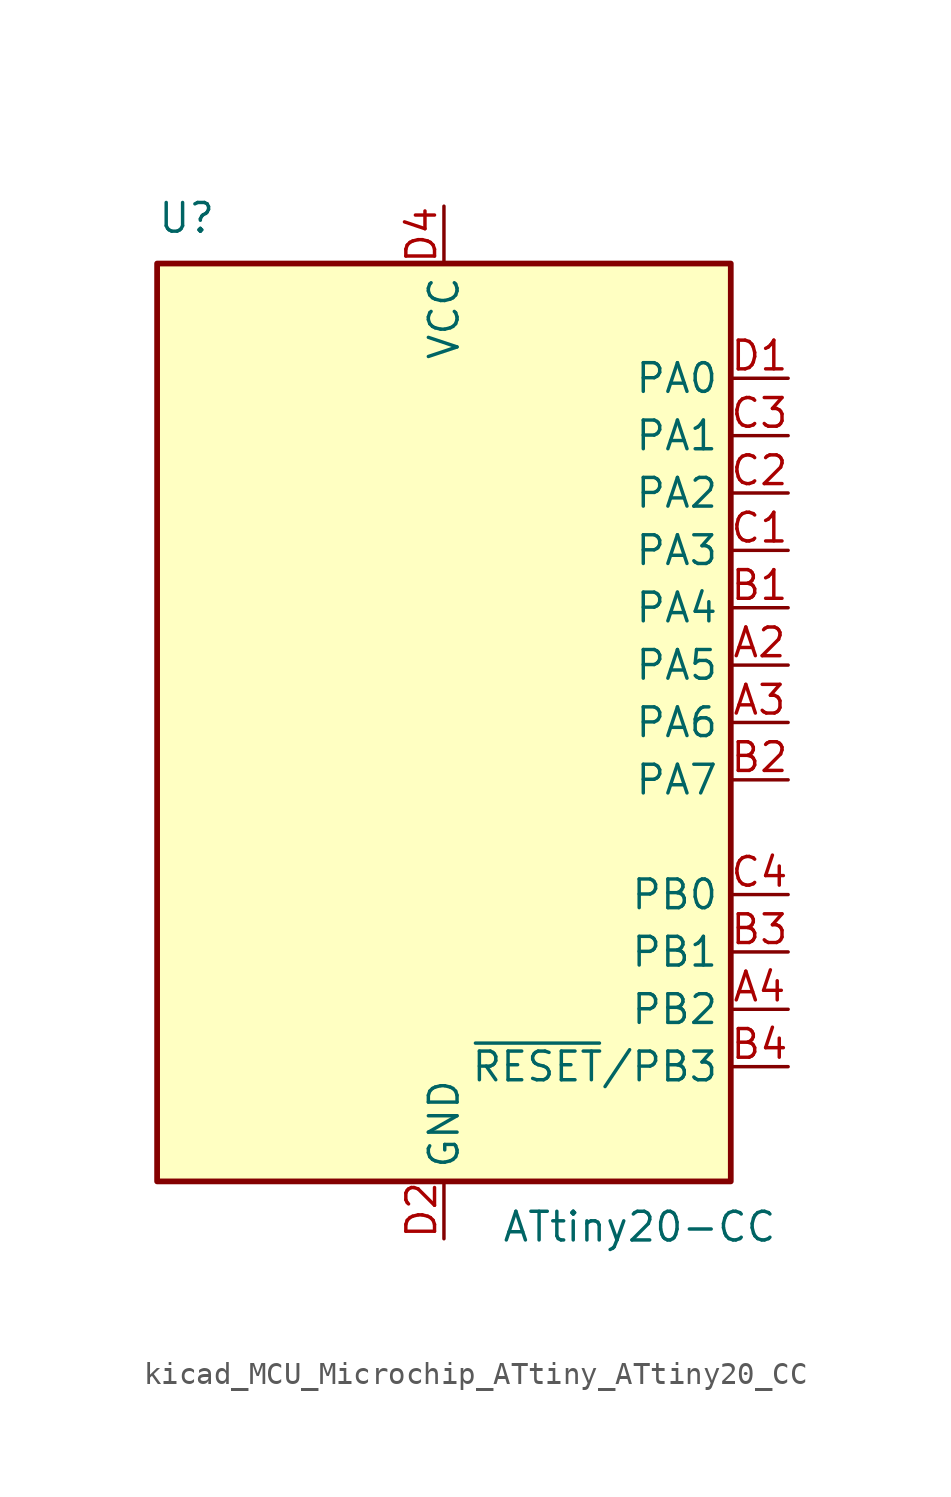
<source format=kicad_sym>
(kicad_symbol_lib
  (version 20220914)
  (generator kicad_symbol_editor)
  (symbol "kicad_MCU_Microchip_ATtiny_ATtiny20_CC"
    (property "Reference" "U"
      (at -12.7 21.59 0)
      (effects (font (size 1.27 1.27)) (justify left bottom)))
    (property "Value" "ATtiny20-CC"
      (at 2.54 -21.59 0)
      (effects (font (size 1.27 1.27)) (justify left top)))
    (symbol "kicad_MCU_Microchip_ATtiny_ATtiny20_CC_0_1"
      (rectangle (start -12.7 -20.32) (end 12.7 20.32) (stroke (width 0.254) (type default)) (fill (type background))))
    (symbol "kicad_MCU_Microchip_ATtiny_ATtiny20_CC_1_1"
      (pin bidirectional line (at 15.24 2.54 180) (length 2.54) (name "PA5" (effects (font (size 1.27 1.27)))) (number "A2" (effects (font (size 1.27 1.27)))))
      (pin bidirectional line (at 15.24 0 180) (length 2.54) (name "PA6" (effects (font (size 1.27 1.27)))) (number "A3" (effects (font (size 1.27 1.27)))))
      (pin bidirectional line (at 15.24 -12.7 180) (length 2.54) (name "PB2" (effects (font (size 1.27 1.27)))) (number "A4" (effects (font (size 1.27 1.27)))))
      (pin bidirectional line (at 15.24 5.08 180) (length 2.54) (name "PA4" (effects (font (size 1.27 1.27)))) (number "B1" (effects (font (size 1.27 1.27)))))
      (pin bidirectional line (at 15.24 -2.54 180) (length 2.54) (name "PA7" (effects (font (size 1.27 1.27)))) (number "B2" (effects (font (size 1.27 1.27)))))
      (pin bidirectional line (at 15.24 -10.16 180) (length 2.54) (name "PB1" (effects (font (size 1.27 1.27)))) (number "B3" (effects (font (size 1.27 1.27)))))
      (pin bidirectional line (at 15.24 -15.24 180) (length 2.54) (name "~{RESET}/PB3" (effects (font (size 1.27 1.27)))) (number "B4" (effects (font (size 1.27 1.27)))))
      (pin bidirectional line (at 15.24 7.62 180) (length 2.54) (name "PA3" (effects (font (size 1.27 1.27)))) (number "C1" (effects (font (size 1.27 1.27)))))
      (pin bidirectional line (at 15.24 10.16 180) (length 2.54) (name "PA2" (effects (font (size 1.27 1.27)))) (number "C2" (effects (font (size 1.27 1.27)))))
      (pin bidirectional line (at 15.24 12.7 180) (length 2.54) (name "PA1" (effects (font (size 1.27 1.27)))) (number "C3" (effects (font (size 1.27 1.27)))))
      (pin bidirectional line (at 15.24 -7.62 180) (length 2.54) (name "PB0" (effects (font (size 1.27 1.27)))) (number "C4" (effects (font (size 1.27 1.27)))))
      (pin bidirectional line (at 15.24 15.24 180) (length 2.54) (name "PA0" (effects (font (size 1.27 1.27)))) (number "D1" (effects (font (size 1.27 1.27)))))
      (pin power_in line (at 0 -22.86 90) (length 2.54) (name "GND" (effects (font (size 1.27 1.27)))) (number "D2" (effects (font (size 1.27 1.27)))))
      (pin passive line (at 0 -22.86 90) (length 2.54) hide (name "GND" (effects (font (size 1.27 1.27)))) (number "D3" (effects (font (size 1.27 1.27)))))
      (pin power_in line (at 0 22.86 270) (length 2.54) (name "VCC" (effects (font (size 1.27 1.27)))) (number "D4" (effects (font (size 1.27 1.27))))))))
</source>
